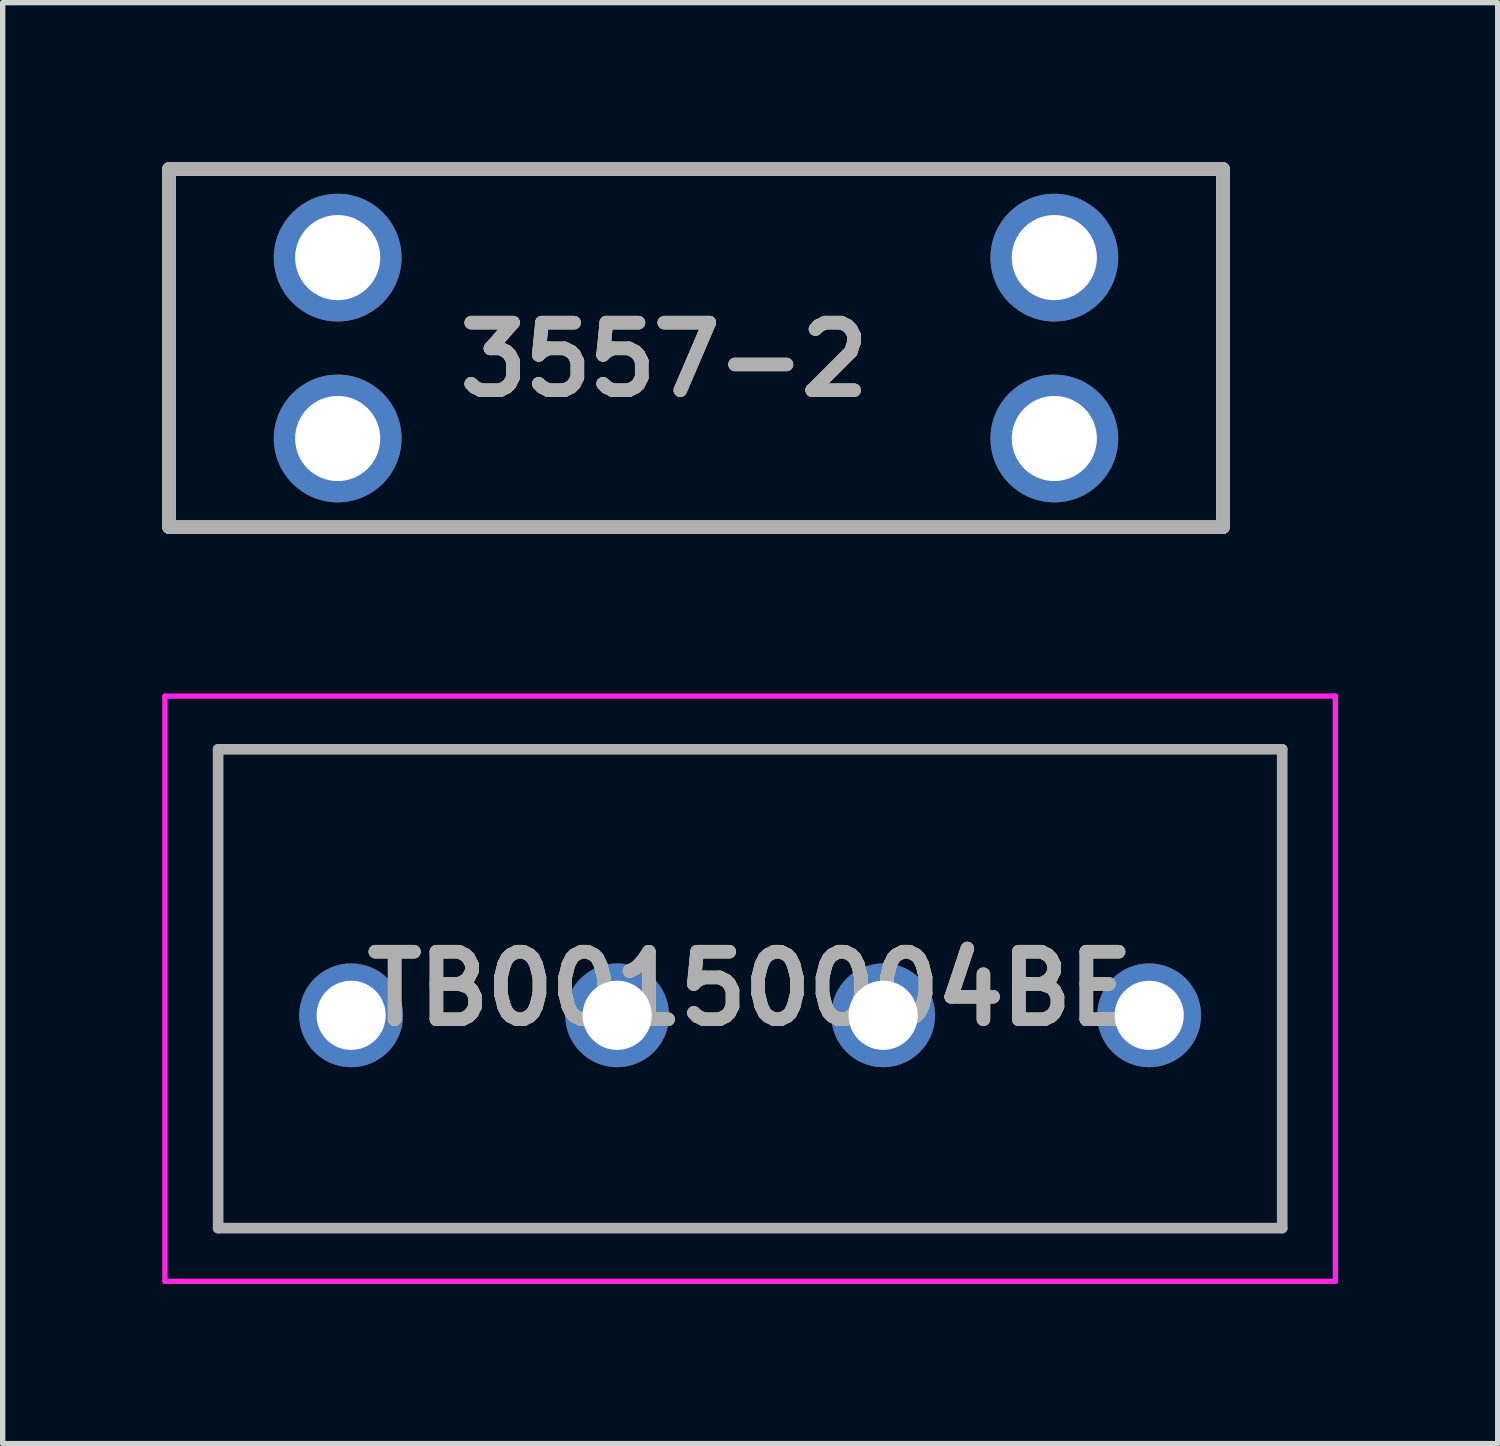
<source format=kicad_pcb>
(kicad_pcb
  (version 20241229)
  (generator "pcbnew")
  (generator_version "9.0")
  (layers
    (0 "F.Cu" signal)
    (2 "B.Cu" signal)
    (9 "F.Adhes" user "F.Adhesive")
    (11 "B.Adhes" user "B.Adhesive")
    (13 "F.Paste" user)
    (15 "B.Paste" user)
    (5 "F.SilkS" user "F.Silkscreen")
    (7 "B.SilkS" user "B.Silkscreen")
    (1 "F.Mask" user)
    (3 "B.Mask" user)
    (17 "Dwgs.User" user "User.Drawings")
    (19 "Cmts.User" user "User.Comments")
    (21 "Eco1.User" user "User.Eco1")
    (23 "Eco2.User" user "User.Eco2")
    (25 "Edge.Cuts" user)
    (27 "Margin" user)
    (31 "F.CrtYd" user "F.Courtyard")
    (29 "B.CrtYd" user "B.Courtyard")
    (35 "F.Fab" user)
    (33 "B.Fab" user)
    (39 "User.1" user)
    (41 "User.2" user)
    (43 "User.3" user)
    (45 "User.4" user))
  (footprint "TB00150004BE"
    (layer "F.Cu")
    (at 3.55 16.034)
    (property "Reference" "TB00150004BE" (at 7.5 -0.5 0) (layer "F.SilkS") (effects (font (size 1.27 1.27) (thickness 0.254))))
    (attr through_hole)
    (fp_line (start -2.5 -5) (end 17.5 -5) (stroke (width 0.1) (type solid)) (layer "F.SilkS"))
    (fp_line (start -2.5 4) (end -2.5 -5) (stroke (width 0.1) (type solid)) (layer "F.SilkS"))
    (fp_line (start 17.5 -5) (end 17.5 4) (stroke (width 0.1) (type solid)) (layer "F.SilkS"))
    (fp_line (start 17.5 4) (end -2.5 4) (stroke (width 0.1) (type solid)) (layer "F.SilkS"))
    (fp_line (start -3.5 -6) (end 18.5 -6) (stroke (width 0.1) (type solid)) (layer "F.CrtYd"))
    (fp_line (start -3.5 5) (end -3.5 -6) (stroke (width 0.1) (type solid)) (layer "F.CrtYd"))
    (fp_line (start 18.5 -6) (end 18.5 5) (stroke (width 0.1) (type solid)) (layer "F.CrtYd"))
    (fp_line (start 18.5 5) (end -3.5 5) (stroke (width 0.1) (type solid)) (layer "F.CrtYd"))
    (fp_line (start -2.5 -5) (end 17.5 -5) (stroke (width 0.2) (type solid)) (layer "F.Fab"))
    (fp_line (start -2.5 4) (end -2.5 -5) (stroke (width 0.2) (type solid)) (layer "F.Fab"))
    (fp_line (start 17.5 -5) (end 17.5 4) (stroke (width 0.2) (type solid)) (layer "F.Fab"))
    (fp_line (start 17.5 4) (end -2.5 4) (stroke (width 0.2) (type solid)) (layer "F.Fab"))
    (fp_text user "${REFERENCE}" (at 7.5 -0.5 0) (layer "F.Fab") (effects (font (size 1.27 1.27) (thickness 0.254))))
    (pad "1" thru_hole circle (at 0 0) (size 1.95 1.95) (drill 1.3) (layers "*.Cu" "*.Mask"))
    (pad "2" thru_hole circle (at 5 0) (size 1.95 1.95) (drill 1.3) (layers "*.Cu" "*.Mask"))
    (pad "3" thru_hole circle (at 10 0) (size 1.95 1.95) (drill 1.3) (layers "*.Cu" "*.Mask"))
    (pad "4" thru_hole circle (at 15 0) (size 1.95 1.95) (drill 1.3) (layers "*.Cu" "*.Mask")))
  (footprint "3557-2"
    (layer "F.Cu")
    (at 10.032 3.492)
    (property "Reference" "3557-2" (at -0.597 0.218 0) (layer "F.SilkS") (effects (font (size 1.27 1.27) (thickness 0.254))))
    (attr through_hole)
    (fp_line (start -9.905 -3.365) (end -9.905 3.365) (stroke (width 0.254) (type solid)) (layer "F.SilkS"))
    (fp_line (start -9.905 3.365) (end 9.905 3.365) (stroke (width 0.254) (type solid)) (layer "F.SilkS"))
    (fp_line (start 9.905 -3.365) (end -9.905 -3.365) (stroke (width 0.254) (type solid)) (layer "F.SilkS"))
    (fp_line (start 9.905 3.365) (end 9.905 -3.365) (stroke (width 0.254) (type solid)) (layer "F.SilkS"))
    (fp_line (start -9.905 -3.365) (end 9.905 -3.365) (stroke (width 0.254) (type solid)) (layer "F.Fab"))
    (fp_line (start -9.905 3.365) (end -9.905 -3.365) (stroke (width 0.254) (type solid)) (layer "F.Fab"))
    (fp_line (start 9.905 -3.365) (end 9.905 3.365) (stroke (width 0.254) (type solid)) (layer "F.Fab"))
    (fp_line (start 9.905 3.365) (end -9.905 3.365) (stroke (width 0.254) (type solid)) (layer "F.Fab"))
    (fp_text user "${REFERENCE}" (at -0.597 0.218 0) (layer "F.Fab") (effects (font (size 1.27 1.27) (thickness 0.254))))
    (pad "1" thru_hole circle (at -6.735 -1.7) (size 2.4 2.4) (drill 1.6) (layers "*.Cu" "*.Mask"))
    (pad "2" thru_hole circle (at 6.735 -1.7) (size 2.4 2.4) (drill 1.6) (layers "*.Cu" "*.Mask"))
    (pad "3" thru_hole circle (at -6.735 1.7) (size 2.4 2.4) (drill 1.6) (layers "*.Cu" "*.Mask"))
    (pad "4" thru_hole circle (at 6.735 1.7) (size 2.4 2.4) (drill 1.6) (layers "*.Cu" "*.Mask")))
  (gr_rect
    (start -3 -3)
    (end 25.1 24.084)
    (stroke (width 0.1) (type default))
    (fill no)
    (layer "Edge.Cuts")))
</source>
